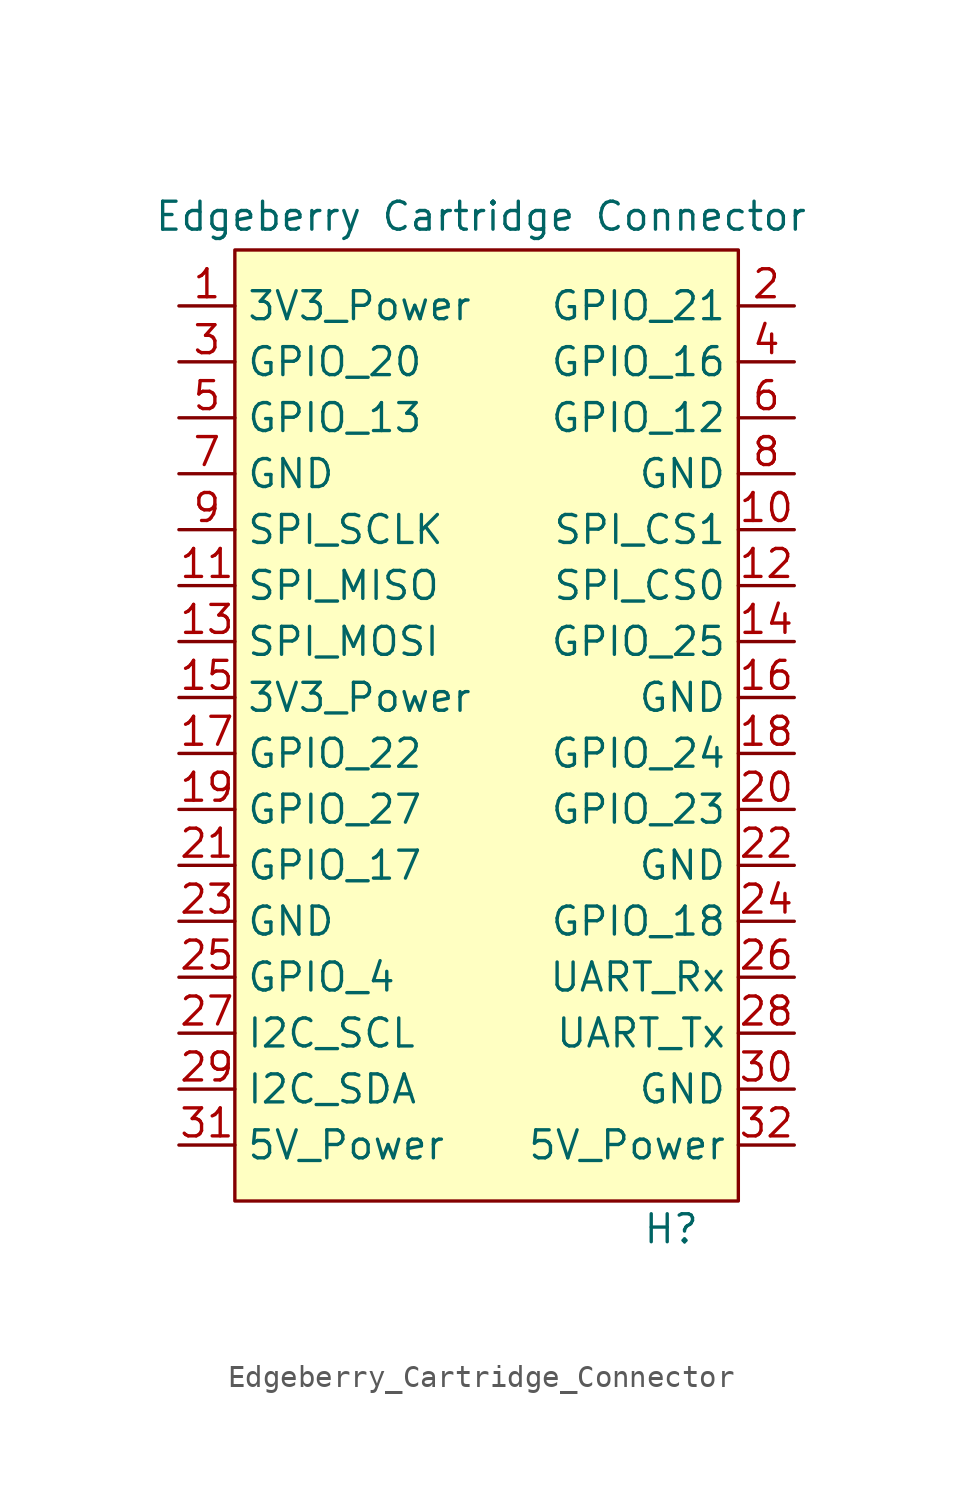
<source format=kicad_sym>
(kicad_symbol_lib
  (version 20241209)
  (generator "kicad_symbol_editor")
  (generator_version "9.0")
  (symbol "Edgeberry_Cartridge_Connector"
    (property "Reference" "H"
      (at 8.382 -24.13 0)
      (do_not_autoplace)
      (effects (font (size 1.27 1.27))))
    (property "Value" "Edgeberry Cartridge Connector"
      (at -0.254 21.844 0)
      (do_not_autoplace)
      (effects (font (size 1.27 1.27))))
    (symbol "Edgeberry_Cartridge_Connector_1_1"
      (polyline (pts (xy -11.43 20.32) (xy 11.43 20.32) (xy 11.43 -22.86) (xy -11.43 -22.86) (xy -11.43 20.32)) (stroke (width 0) (type solid)) (fill (type background)))
      (pin output line (at -13.97 17.78 0) (length 2.54) (name "3V3_Power" (effects (font (size 1.27 1.27)))) (number "1" (effects (font (size 1.27 1.27)))))
      (pin bidirectional line (at -13.97 15.24 0) (length 2.54) (name "GPIO_20" (effects (font (size 1.27 1.27)))) (number "3" (effects (font (size 1.27 1.27)))))
      (pin bidirectional line (at -13.97 12.7 0) (length 2.54) (name "GPIO_13" (effects (font (size 1.27 1.27)))) (number "5" (effects (font (size 1.27 1.27)))))
      (pin output line (at -13.97 10.16 0) (length 2.54) (name "GND" (effects (font (size 1.27 1.27)))) (number "7" (effects (font (size 1.27 1.27)))))
      (pin output line (at -13.97 7.62 0) (length 2.54) (name "SPI_SCLK" (effects (font (size 1.27 1.27)))) (number "9" (effects (font (size 1.27 1.27)))))
      (pin input line (at -13.97 5.08 0) (length 2.54) (name "SPI_MISO" (effects (font (size 1.27 1.27)))) (number "11" (effects (font (size 1.27 1.27)))))
      (pin output line (at -13.97 2.54 0) (length 2.54) (name "SPI_MOSI" (effects (font (size 1.27 1.27)))) (number "13" (effects (font (size 1.27 1.27)))))
      (pin output line (at -13.97 0 0) (length 2.54) (name "3V3_Power" (effects (font (size 1.27 1.27)))) (number "15" (effects (font (size 1.27 1.27)))))
      (pin bidirectional line (at -13.97 -2.54 0) (length 2.54) (name "GPIO_22" (effects (font (size 1.27 1.27)))) (number "17" (effects (font (size 1.27 1.27)))))
      (pin bidirectional line (at -13.97 -5.08 0) (length 2.54) (name "GPIO_27" (effects (font (size 1.27 1.27)))) (number "19" (effects (font (size 1.27 1.27)))))
      (pin bidirectional line (at -13.97 -7.62 0) (length 2.54) (name "GPIO_17" (effects (font (size 1.27 1.27)))) (number "21" (effects (font (size 1.27 1.27)))))
      (pin output line (at -13.97 -10.16 0) (length 2.54) (name "GND" (effects (font (size 1.27 1.27)))) (number "23" (effects (font (size 1.27 1.27)))))
      (pin bidirectional line (at -13.97 -12.7 0) (length 2.54) (name "GPIO_4" (effects (font (size 1.27 1.27)))) (number "25" (effects (font (size 1.27 1.27)))))
      (pin output line (at -13.97 -15.24 0) (length 2.54) (name "I2C_SCL" (effects (font (size 1.27 1.27)))) (number "27" (effects (font (size 1.27 1.27)))))
      (pin bidirectional line (at -13.97 -17.78 0) (length 2.54) (name "I2C_SDA" (effects (font (size 1.27 1.27)))) (number "29" (effects (font (size 1.27 1.27)))))
      (pin output line (at -13.97 -20.32 0) (length 2.54) (name "5V_Power" (effects (font (size 1.27 1.27)))) (number "31" (effects (font (size 1.27 1.27)))))
      (pin bidirectional line (at 13.97 17.78 180) (length 2.54) (name "GPIO_21" (effects (font (size 1.27 1.27)))) (number "2" (effects (font (size 1.27 1.27)))))
      (pin bidirectional line (at 13.97 15.24 180) (length 2.54) (name "GPIO_16" (effects (font (size 1.27 1.27)))) (number "4" (effects (font (size 1.27 1.27)))))
      (pin bidirectional line (at 13.97 12.7 180) (length 2.54) (name "GPIO_12" (effects (font (size 1.27 1.27)))) (number "6" (effects (font (size 1.27 1.27)))))
      (pin output line (at 13.97 10.16 180) (length 2.54) (name "GND" (effects (font (size 1.27 1.27)))) (number "8" (effects (font (size 1.27 1.27)))))
      (pin output line (at 13.97 7.62 180) (length 2.54) (name "SPI_CS1" (effects (font (size 1.27 1.27)))) (number "10" (effects (font (size 1.27 1.27)))))
      (pin output line (at 13.97 5.08 180) (length 2.54) (name "SPI_CS0" (effects (font (size 1.27 1.27)))) (number "12" (effects (font (size 1.27 1.27)))))
      (pin bidirectional line (at 13.97 2.54 180) (length 2.54) (name "GPIO_25" (effects (font (size 1.27 1.27)))) (number "14" (effects (font (size 1.27 1.27)))))
      (pin bidirectional line (at 13.97 0 180) (length 2.54) (name "GND" (effects (font (size 1.27 1.27)))) (number "16" (effects (font (size 1.27 1.27)))))
      (pin bidirectional line (at 13.97 -2.54 180) (length 2.54) (name "GPIO_24" (effects (font (size 1.27 1.27)))) (number "18" (effects (font (size 1.27 1.27)))))
      (pin bidirectional line (at 13.97 -5.08 180) (length 2.54) (name "GPIO_23" (effects (font (size 1.27 1.27)))) (number "20" (effects (font (size 1.27 1.27)))))
      (pin output line (at 13.97 -7.62 180) (length 2.54) (name "GND" (effects (font (size 1.27 1.27)))) (number "22" (effects (font (size 1.27 1.27)))))
      (pin bidirectional line (at 13.97 -10.16 180) (length 2.54) (name "GPIO_18" (effects (font (size 1.27 1.27)))) (number "24" (effects (font (size 1.27 1.27)))))
      (pin input line (at 13.97 -12.7 180) (length 2.54) (name "UART_Rx" (effects (font (size 1.27 1.27)))) (number "26" (effects (font (size 1.27 1.27)))))
      (pin output line (at 13.97 -15.24 180) (length 2.54) (name "UART_Tx" (effects (font (size 1.27 1.27)))) (number "28" (effects (font (size 1.27 1.27)))))
      (pin output line (at 13.97 -17.78 180) (length 2.54) (name "GND" (effects (font (size 1.27 1.27)))) (number "30" (effects (font (size 1.27 1.27)))))
      (pin output line (at 13.97 -20.32 180) (length 2.54) (name "5V_Power" (effects (font (size 1.27 1.27)))) (number "32" (effects (font (size 1.27 1.27))))))))
</source>
